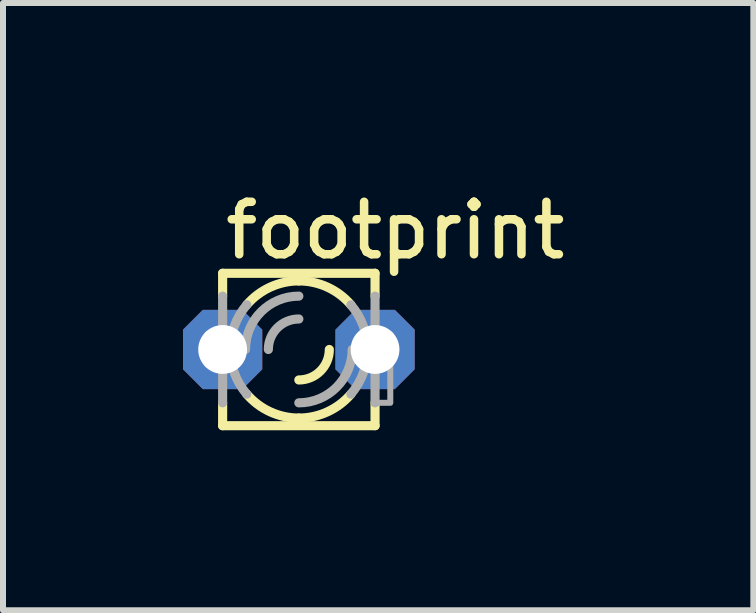
<source format=kicad_pcb>
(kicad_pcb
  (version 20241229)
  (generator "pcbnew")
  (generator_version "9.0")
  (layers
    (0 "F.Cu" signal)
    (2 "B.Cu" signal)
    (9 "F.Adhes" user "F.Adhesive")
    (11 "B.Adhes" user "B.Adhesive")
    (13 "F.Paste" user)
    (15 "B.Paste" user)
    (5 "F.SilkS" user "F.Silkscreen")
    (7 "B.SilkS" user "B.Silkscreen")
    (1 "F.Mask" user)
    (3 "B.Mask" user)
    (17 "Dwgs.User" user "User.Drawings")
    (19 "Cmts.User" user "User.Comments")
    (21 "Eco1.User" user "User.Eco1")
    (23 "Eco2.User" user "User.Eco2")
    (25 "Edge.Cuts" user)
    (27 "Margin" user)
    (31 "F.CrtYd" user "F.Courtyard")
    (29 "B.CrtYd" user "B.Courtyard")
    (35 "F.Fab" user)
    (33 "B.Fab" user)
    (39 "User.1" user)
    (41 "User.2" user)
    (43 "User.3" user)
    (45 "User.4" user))
  (footprint "footprint"
    (layer "F.Cu")
    (at 1.93 2.774)
    (property "Reference" "footprint" (at -1.295 -1.473 0) (layer "F.SilkS") (effects (font (size 0.874 0.874) (thickness 0.142)) (justify left bottom)))
    (fp_line (start -1.27 -1.27) (end -1.27 -0.889) (stroke (width 0.152) (type solid)) (layer "F.SilkS"))
    (fp_line (start -1.27 -1.27) (end 1.27 -1.27) (stroke (width 0.152) (type solid)) (layer "F.SilkS"))
    (fp_line (start -1.27 1.27) (end -1.27 0.889) (stroke (width 0.152) (type solid)) (layer "F.SilkS"))
    (fp_line (start -1.27 1.27) (end 1.27 1.27) (stroke (width 0.152) (type solid)) (layer "F.SilkS"))
    (fp_line (start 1.27 -1.27) (end 1.27 -0.889) (stroke (width 0.152) (type solid)) (layer "F.SilkS"))
    (fp_line (start 1.27 1.27) (end 1.27 0.889) (stroke (width 0.152) (type solid)) (layer "F.SilkS"))
    (fp_arc (start -0.8678 -0.7439) (mid -0.477588 -1.038445) (end 0 -1.143001) (stroke (width 0.1524) (type solid)) (layer "F.SilkS"))
    (fp_arc (start 0 -1.143) (mid 0.477588 -1.038444) (end 0.8678 -0.743899) (stroke (width 0.1524) (type solid)) (layer "F.SilkS"))
    (fp_arc (start 0 1.143001) (mid -0.477588 1.038445) (end -0.8678 0.7439) (stroke (width 0.1524) (type solid)) (layer "F.SilkS"))
    (fp_arc (start 0.508 0) (mid 0.35921 0.35921) (end 0 0.508) (stroke (width 0.1524) (type solid)) (layer "F.SilkS"))
    (fp_arc (start 0.8678 0.743899) (mid 0.477588 1.038444) (end 0 1.143) (stroke (width 0.1524) (type solid)) (layer "F.SilkS"))
    (fp_line (start -1.27 0.889) (end -1.27 -0.889) (stroke (width 0.152) (type solid)) (layer "F.Fab"))
    (fp_line (start 1.27 -0.889) (end 1.27 0.889) (stroke (width 0.152) (type solid)) (layer "F.Fab"))
    (fp_arc (start -1.143 0) (mid -1.071996 -0.396587) (end -0.8678 -0.7439) (stroke (width 0.1524) (type solid)) (layer "F.Fab"))
    (fp_arc (start -0.889 0) (mid -0.628618 -0.628618) (end 0 -0.889) (stroke (width 0.1524) (type solid)) (layer "F.Fab"))
    (fp_arc (start -0.8678 0.7439) (mid -1.071996 0.396587) (end -1.143 0) (stroke (width 0.1524) (type solid)) (layer "F.Fab"))
    (fp_arc (start -0.508 0) (mid -0.35921 -0.35921) (end 0 -0.508) (stroke (width 0.1524) (type solid)) (layer "F.Fab"))
    (fp_arc (start 0.8678 -0.7439) (mid 1.071996 -0.396587) (end 1.143 0) (stroke (width 0.1524) (type solid)) (layer "F.Fab"))
    (fp_arc (start 0.889 0) (mid 0.628618 0.628618) (end 0 0.889) (stroke (width 0.1524) (type solid)) (layer "F.Fab"))
    (fp_arc (start 1.143 0) (mid 1.071996 0.396587) (end 0.8678 0.7439) (stroke (width 0.1524) (type solid)) (layer "F.Fab"))
    (fp_poly (pts (xy -1.524 0.254) (xy -1.27 0.254) (xy -1.27 -0.254) (xy -1.524 -0.254)) (stroke (width 0.1) (type solid)) (fill no) (layer "F.Fab"))
    (fp_poly (pts (xy 1.27 0.889) (xy 1.524 0.889) (xy 1.524 -0.254) (xy 1.27 -0.254)) (stroke (width 0.1) (type solid)) (fill no) (layer "F.Fab"))
    (pad "A" thru_hole roundrect (at -1.27 0) (size 1.321 1.321) (drill 0.813) (layers "*.Cu" "*.Mask") (roundrect_rratio 0.25) (chamfer_ratio 0.25) (chamfer top_left top_right bottom_left bottom_right))
    (pad "K" thru_hole roundrect (at 1.27 0) (size 1.321 1.321) (drill 0.813) (layers "*.Cu" "*.Mask") (roundrect_rratio 0.25) (chamfer_ratio 0.25) (chamfer top_left top_right bottom_left bottom_right)))
  (gr_rect
    (start -3 -3)
    (end 9.504 7.12)
    (stroke (width 0.1) (type default))
    (fill no)
    (layer "Edge.Cuts")))
</source>
